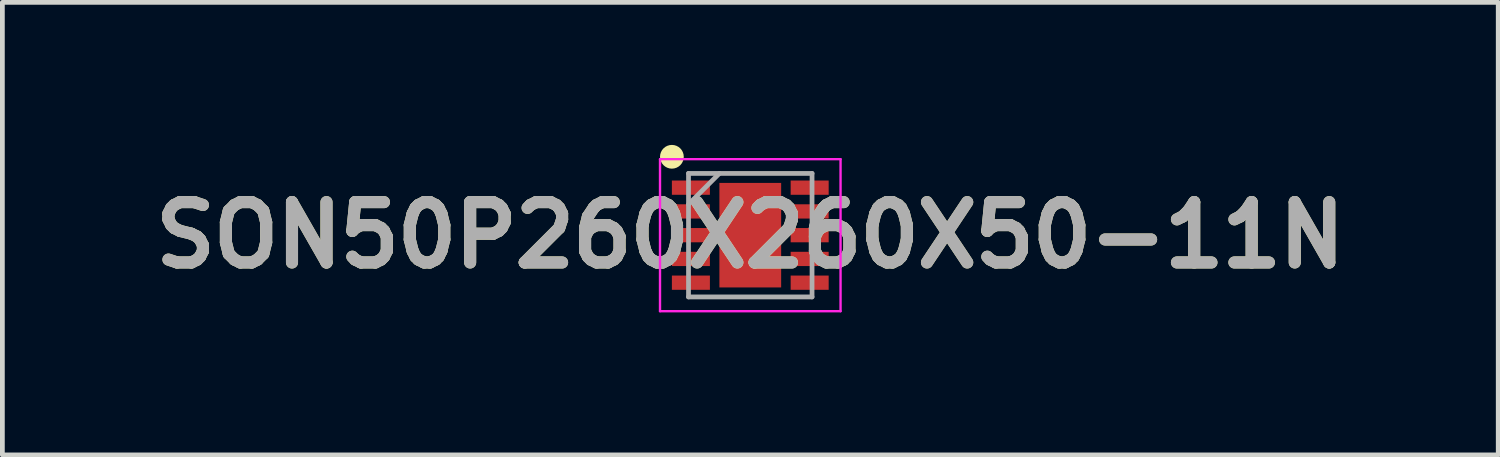
<source format=kicad_pcb>
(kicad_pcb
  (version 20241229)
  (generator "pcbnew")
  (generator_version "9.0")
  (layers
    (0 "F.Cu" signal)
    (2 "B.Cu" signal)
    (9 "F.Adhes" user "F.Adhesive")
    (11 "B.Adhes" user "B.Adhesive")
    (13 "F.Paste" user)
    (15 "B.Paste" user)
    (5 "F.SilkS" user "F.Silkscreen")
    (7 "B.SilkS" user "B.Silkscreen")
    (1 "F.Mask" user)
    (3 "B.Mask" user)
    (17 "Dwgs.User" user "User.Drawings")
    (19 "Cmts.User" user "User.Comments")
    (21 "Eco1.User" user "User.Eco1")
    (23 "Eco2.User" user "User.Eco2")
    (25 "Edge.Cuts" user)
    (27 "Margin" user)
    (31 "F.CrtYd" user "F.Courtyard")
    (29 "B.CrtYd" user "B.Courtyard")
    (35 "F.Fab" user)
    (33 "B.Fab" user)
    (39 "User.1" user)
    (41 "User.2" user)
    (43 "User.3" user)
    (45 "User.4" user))
  (footprint "SON50P260X260X50-11N"
    (layer "F.Cu")
    (at 12.742 1.9)
    (property "Reference" "SON50P260X260X50-11N" (at 0 0 0) (layer "F.SilkS") (effects (font (size 1.27 1.27) (thickness 0.254))))
    (attr smd)
    (fp_circle (center -1.65 -1.65) (end -1.65 -1.525) (stroke (width 0.25) (type solid)) (fill no) (layer "F.SilkS"))
    (fp_line (start -1.9 -1.6) (end 1.9 -1.6) (stroke (width 0.05) (type solid)) (layer "F.CrtYd"))
    (fp_line (start -1.9 1.6) (end -1.9 -1.6) (stroke (width 0.05) (type solid)) (layer "F.CrtYd"))
    (fp_line (start 1.9 -1.6) (end 1.9 1.6) (stroke (width 0.05) (type solid)) (layer "F.CrtYd"))
    (fp_line (start 1.9 1.6) (end -1.9 1.6) (stroke (width 0.05) (type solid)) (layer "F.CrtYd"))
    (fp_line (start -1.3 -1.3) (end 1.3 -1.3) (stroke (width 0.1) (type solid)) (layer "F.Fab"))
    (fp_line (start -1.3 -0.65) (end -0.65 -1.3) (stroke (width 0.1) (type solid)) (layer "F.Fab"))
    (fp_line (start -1.3 1.3) (end -1.3 -1.3) (stroke (width 0.1) (type solid)) (layer "F.Fab"))
    (fp_line (start 1.3 -1.3) (end 1.3 1.3) (stroke (width 0.1) (type solid)) (layer "F.Fab"))
    (fp_line (start 1.3 1.3) (end -1.3 1.3) (stroke (width 0.1) (type solid)) (layer "F.Fab"))
    (fp_text user "${REFERENCE}" (at 0 0 0) (layer "F.Fab") (effects (font (size 1.27 1.27) (thickness 0.254))))
    (pad "1" smd rect (at -1.25 -1 90) (size 0.3 0.8) (layers "F.Cu" "F.Mask" "F.Paste"))
    (pad "2" smd rect (at -1.25 -0.5 90) (size 0.3 0.8) (layers "F.Cu" "F.Mask" "F.Paste"))
    (pad "3" smd rect (at -1.25 0 90) (size 0.3 0.8) (layers "F.Cu" "F.Mask" "F.Paste"))
    (pad "4" smd rect (at -1.25 0.5 90) (size 0.3 0.8) (layers "F.Cu" "F.Mask" "F.Paste"))
    (pad "5" smd rect (at -1.25 1 90) (size 0.3 0.8) (layers "F.Cu" "F.Mask" "F.Paste"))
    (pad "6" smd rect (at 1.25 1 90) (size 0.3 0.8) (layers "F.Cu" "F.Mask" "F.Paste"))
    (pad "7" smd rect (at 1.25 0.5 90) (size 0.3 0.8) (layers "F.Cu" "F.Mask" "F.Paste"))
    (pad "8" smd rect (at 1.25 0 90) (size 0.3 0.8) (layers "F.Cu" "F.Mask" "F.Paste"))
    (pad "9" smd rect (at 1.25 -0.5 90) (size 0.3 0.8) (layers "F.Cu" "F.Mask" "F.Paste"))
    (pad "10" smd rect (at 1.25 -1 90) (size 0.3 0.8) (layers "F.Cu" "F.Mask" "F.Paste"))
    (pad "11" smd rect (at 0 0) (size 1.3 2.2) (layers "F.Cu" "F.Mask" "F.Paste")))
  (gr_rect
    (start -3 -3)
    (end 28.485 6.525)
    (stroke (width 0.1) (type default))
    (fill no)
    (layer "Edge.Cuts")))
</source>
